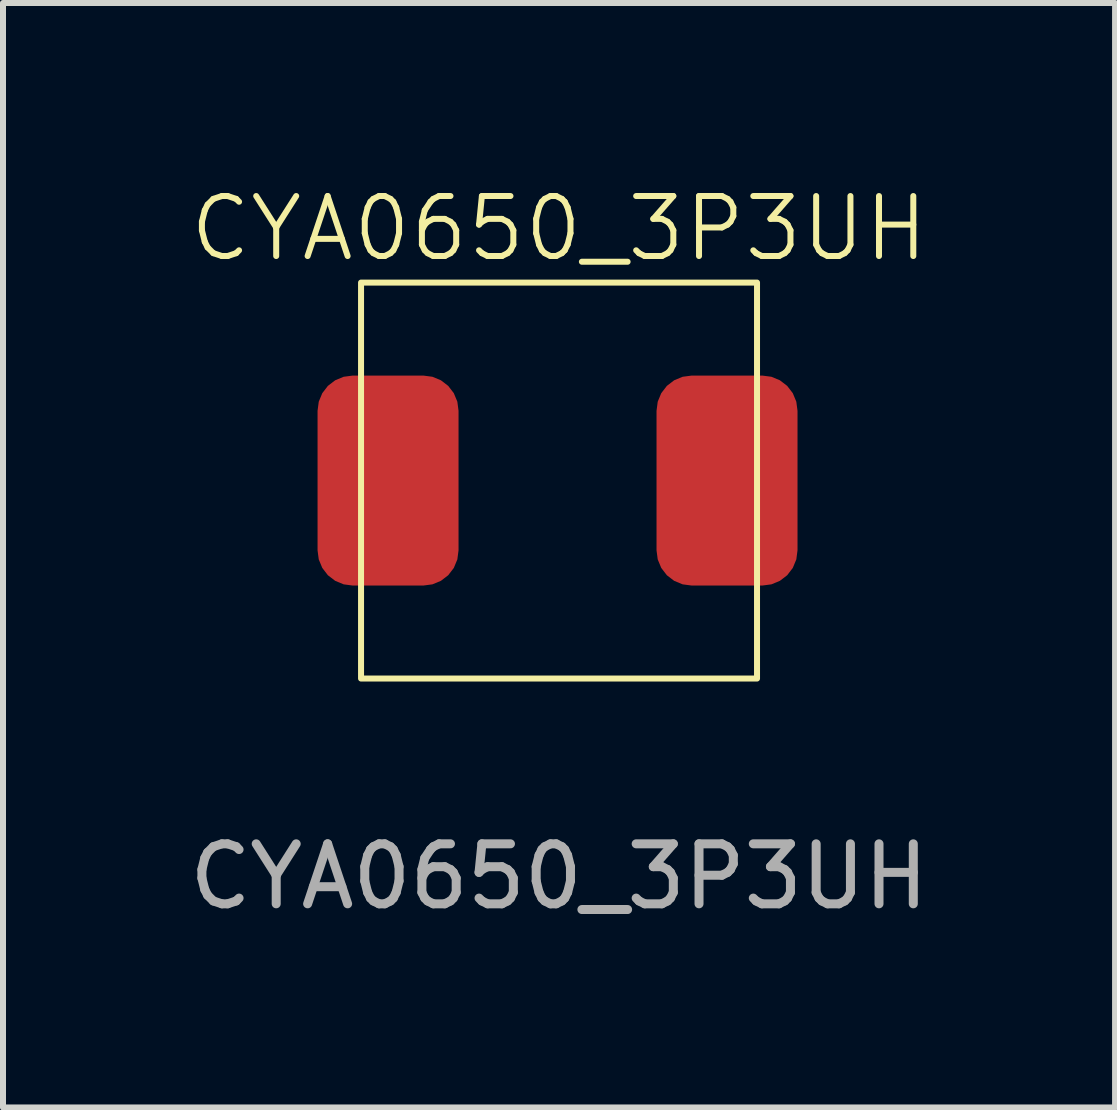
<source format=kicad_pcb>
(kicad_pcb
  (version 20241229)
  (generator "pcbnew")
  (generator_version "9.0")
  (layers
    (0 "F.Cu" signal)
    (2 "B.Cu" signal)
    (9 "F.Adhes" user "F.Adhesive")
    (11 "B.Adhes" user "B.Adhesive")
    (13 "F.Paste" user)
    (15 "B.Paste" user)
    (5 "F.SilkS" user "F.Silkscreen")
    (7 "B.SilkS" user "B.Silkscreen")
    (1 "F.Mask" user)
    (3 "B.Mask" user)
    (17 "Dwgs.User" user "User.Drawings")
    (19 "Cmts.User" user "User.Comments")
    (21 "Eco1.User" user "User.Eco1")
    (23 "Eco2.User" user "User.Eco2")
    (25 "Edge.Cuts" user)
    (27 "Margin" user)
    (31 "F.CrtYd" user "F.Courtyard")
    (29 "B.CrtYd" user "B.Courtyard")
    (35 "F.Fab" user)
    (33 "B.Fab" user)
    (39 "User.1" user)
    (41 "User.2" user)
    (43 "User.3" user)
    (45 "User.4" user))
  (footprint "CYA0650_3P3UH"
    (layer "F.Cu")
    (at 6.268 4.96)
    (property "Reference" "CYA0650_3P3UH" (at 0 -4.2 0) (unlocked yes) (layer "F.SilkS") (effects (font (size 1 1) (thickness 0.1))))
    (attr smd)
    (fp_rect (start -3.3 -3.3) (end 3.3 3.3) (stroke (width 0.1) (type default)) (fill no) (layer "F.SilkS"))
    (fp_text user "${REFERENCE}" (at 0 6.6 0) (unlocked yes) (layer "F.Fab") (effects (font (size 1 1) (thickness 0.15))))
    (pad "1" smd roundrect (at -2.85 0) (size 2.35 3.5) (layers "F.Cu" "F.Mask" "F.Paste") (roundrect_rratio 0.25))
    (pad "2" smd roundrect (at 2.8 0) (size 2.35 3.5) (layers "F.Cu" "F.Mask" "F.Paste") (roundrect_rratio 0.25)))
  (gr_rect
    (start -3 -3)
    (end 15.536 15.409)
    (stroke (width 0.1) (type default))
    (fill no)
    (layer "Edge.Cuts")))
</source>
